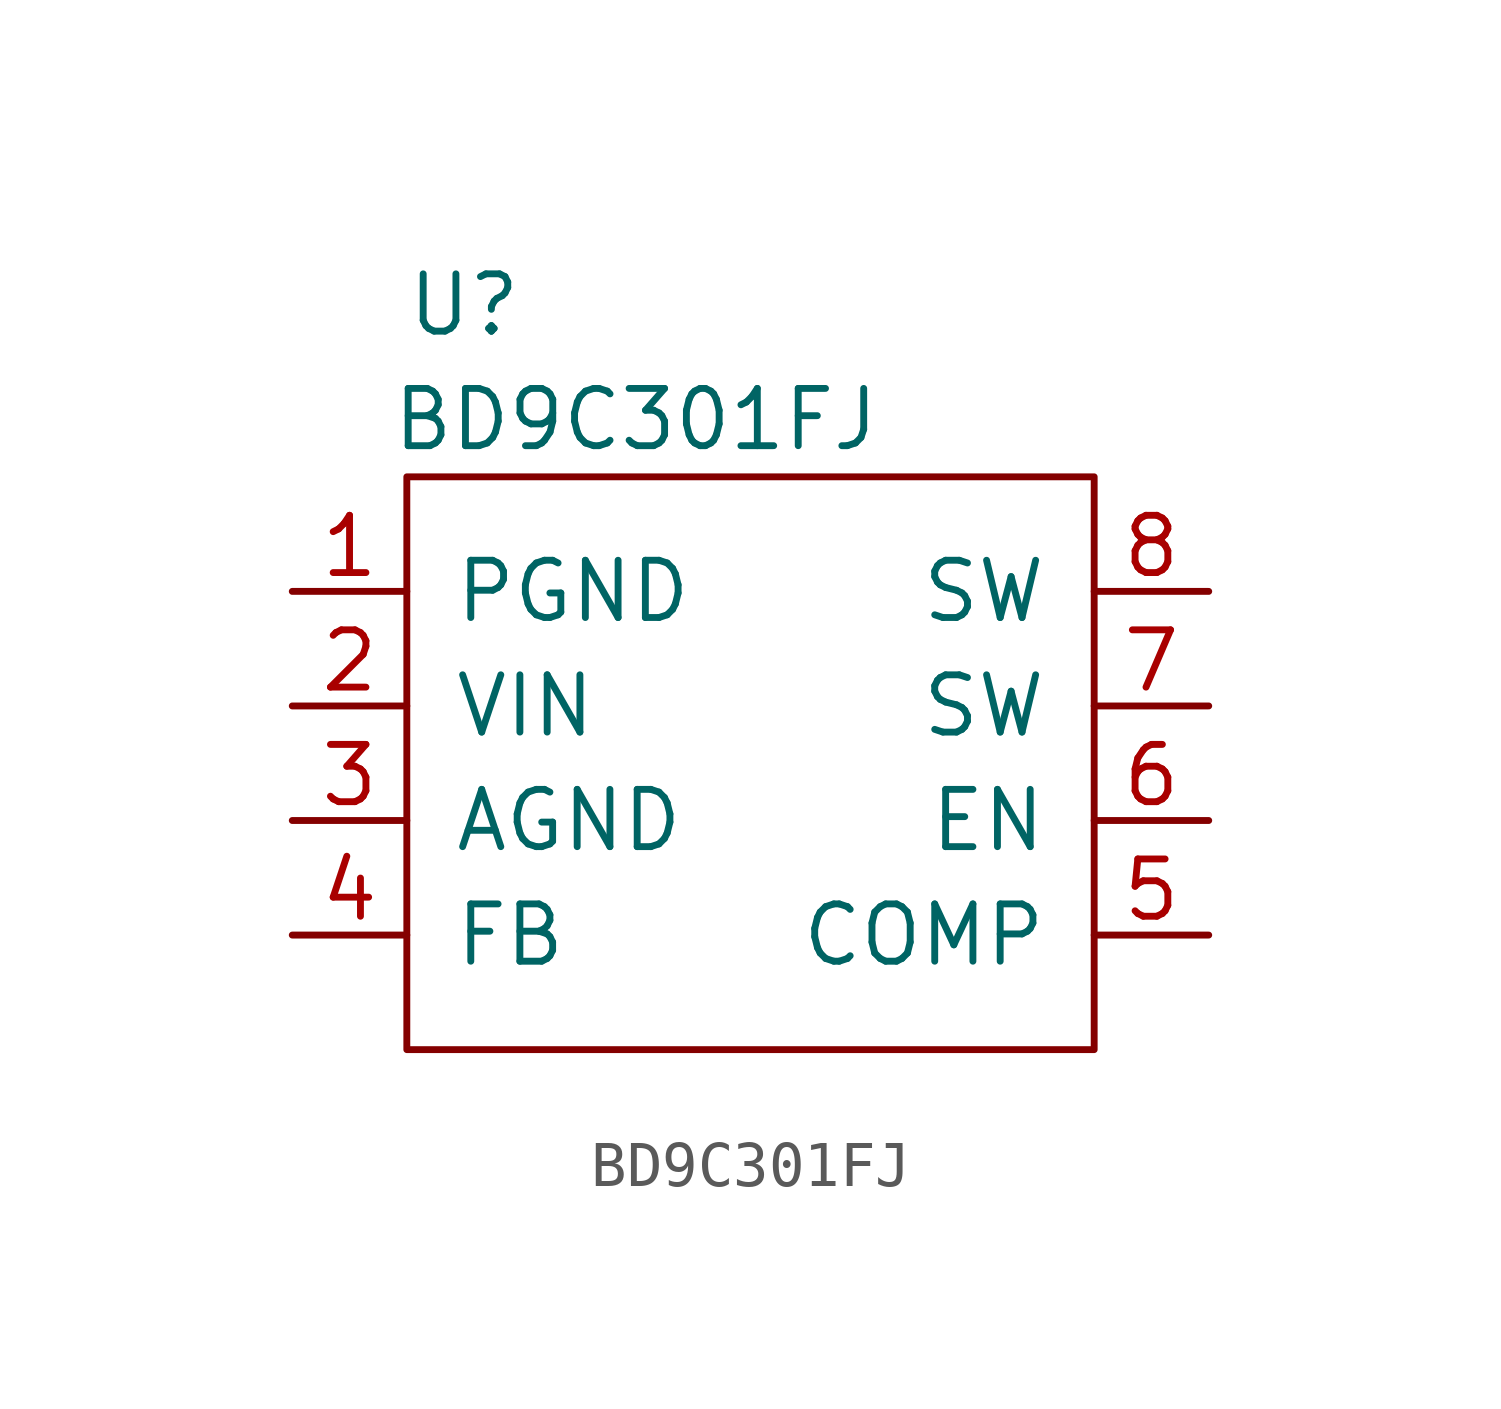
<source format=kicad_sym>
(kicad_symbol_lib
  (version 20211014)
  (generator kicad_symbol_editor)
  (symbol "BD9C301FJ"
    (pin_names
      (offset 1.016))
    (property "Reference" "U"
      (at 1.27 3.81 0)
      (effects (font (size 1.27 1.27))))
    (property "Value" "BD9C301FJ"
      (at 5.08 1.27 0)
      (effects (font (size 1.27 1.27))))
    (symbol "BD9C301FJ_0_1"
      (rectangle (start 0 0) (end 15.24 -12.7) (stroke (width 0) (type default) (color 0 0 0 0)) (fill (type none))))
    (symbol "BD9C301FJ_1_1"
      (pin power_in line (at -2.54 -2.54 0) (length 2.54) (name "PGND" (effects (font (size 1.27 1.27)))) (number "1" (effects (font (size 1.27 1.27)))))
      (pin power_in line (at -2.54 -5.08 0) (length 2.54) (name "VIN" (effects (font (size 1.27 1.27)))) (number "2" (effects (font (size 1.27 1.27)))))
      (pin power_in line (at -2.54 -7.62 0) (length 2.54) (name "AGND" (effects (font (size 1.27 1.27)))) (number "3" (effects (font (size 1.27 1.27)))))
      (pin input line (at -2.54 -10.16 0) (length 2.54) (name "FB" (effects (font (size 1.27 1.27)))) (number "4" (effects (font (size 1.27 1.27)))))
      (pin input line (at 17.78 -10.16 180) (length 2.54) (name "COMP" (effects (font (size 1.27 1.27)))) (number "5" (effects (font (size 1.27 1.27)))))
      (pin input line (at 17.78 -7.62 180) (length 2.54) (name "EN" (effects (font (size 1.27 1.27)))) (number "6" (effects (font (size 1.27 1.27)))))
      (pin passive line (at 17.78 -5.08 180) (length 2.54) (name "SW" (effects (font (size 1.27 1.27)))) (number "7" (effects (font (size 1.27 1.27)))))
      (pin output line (at 17.78 -2.54 180) (length 2.54) (name "SW" (effects (font (size 1.27 1.27)))) (number "8" (effects (font (size 1.27 1.27))))))))
</source>
